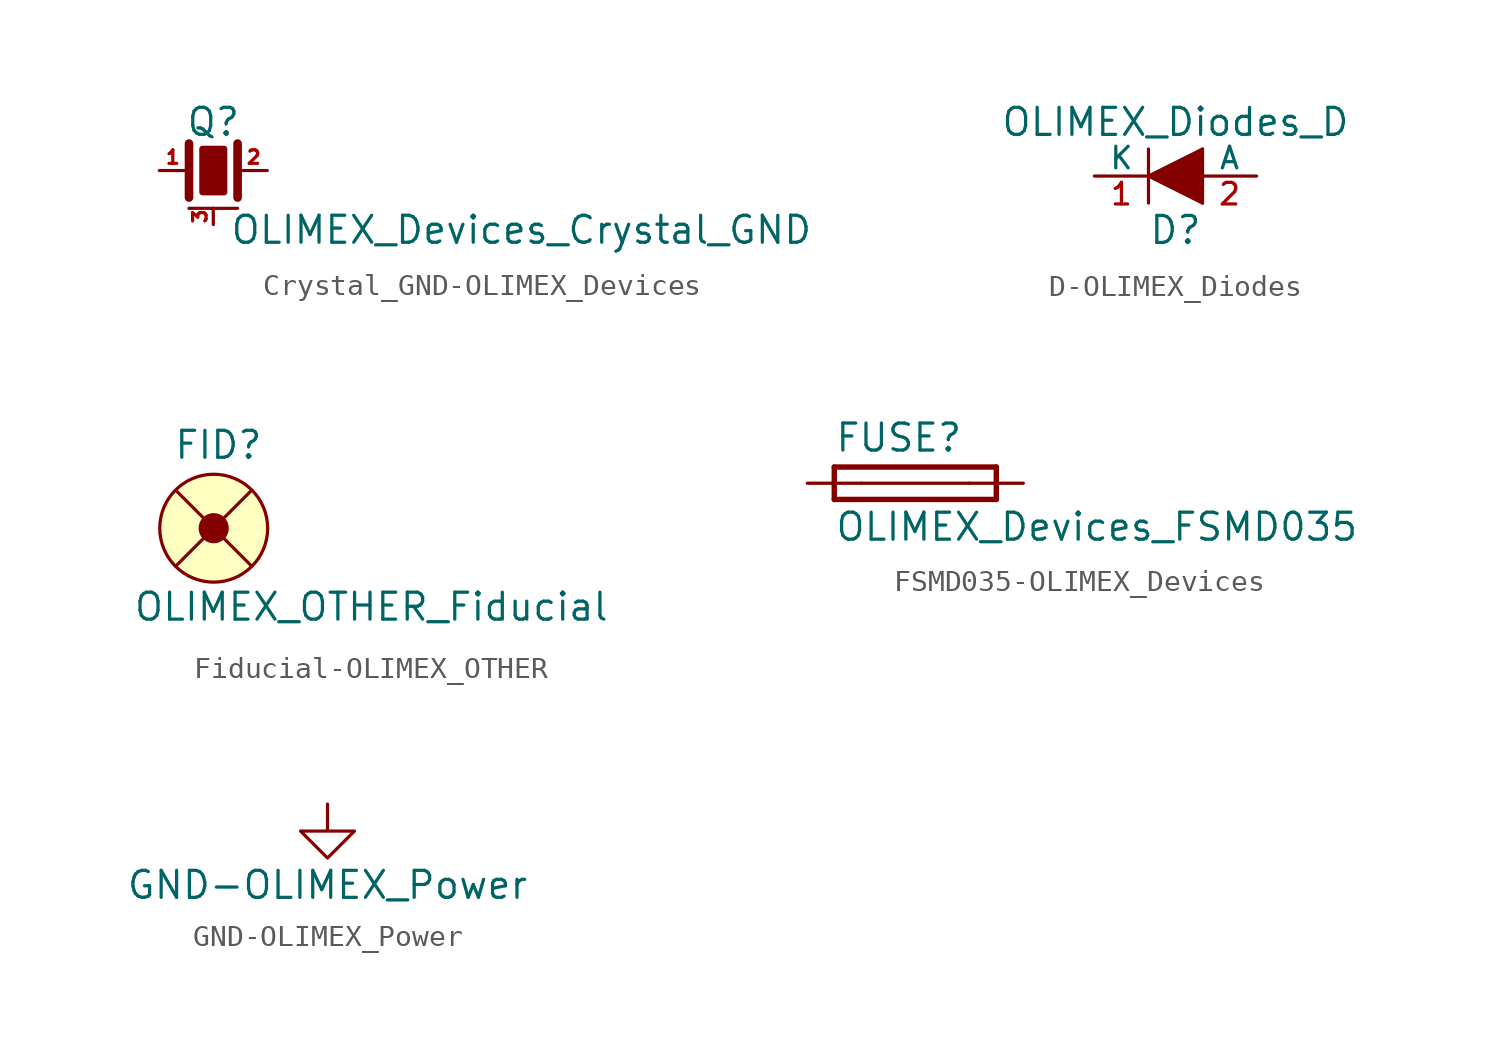
<source format=kicad_sym>
(kicad_symbol_lib
  (version 20220914)
  (generator kicad_symbol_editor)
  (symbol "Crystal_GND-OLIMEX_Devices"
    (pin_names
      (offset 1.016) hide)
    (property "Reference" "Q"
      (at 0 2.286 0)
      (effects (font (size 1.27 1.27))))
    (property "Value" "OLIMEX_Devices_Crystal_GND"
      (at 0.762 -2.794 0)
      (effects (font (size 1.27 1.27)) (justify left)))
    (property "Footprint" ""
      (at 0 0 0)
      (effects (font (size 1.524 1.524))))
    (property "Datasheet" ""
      (at 0 0 0)
      (effects (font (size 1.524 1.524))))
    (symbol "Crystal_GND-OLIMEX_Devices_0_1"
      (polyline (pts (xy -1.143 -1.778) (xy 1.143 -1.778)) (stroke (width 0) (type solid)) (fill (type none)))
      (polyline (pts (xy -1.143 1.27) (xy -1.143 -1.27)) (stroke (width 0.406) (type solid)) (fill (type none)))
      (polyline (pts (xy 1.143 1.27) (xy 1.143 -1.27)) (stroke (width 0.406) (type solid)) (fill (type none)))
      (polyline (pts (xy -0.508 1.016) (xy 0.508 1.016) (xy 0.508 -1.016) (xy -0.508 -1.016) (xy -0.508 1.016)) (stroke (width 0.305) (type solid)) (fill (type outline))))
    (symbol "Crystal_GND-OLIMEX_Devices_1_1"
      (pin passive line (at -2.54 0 0) (length 1.27) (name "1" (effects (font (size 0.508 0.508)))) (number "1" (effects (font (size 0.635 0.635)))))
      (pin passive line (at 2.54 0 180) (length 1.27) (name "2" (effects (font (size 0.508 0.508)))) (number "2" (effects (font (size 0.635 0.635)))))
      (pin passive line (at 0 -2.54 90) (length 0.762) (name "case" (effects (font (size 0.508 0.508)))) (number "3" (effects (font (size 0.635 0.635)))))))
  (symbol "D-OLIMEX_Diodes"
    (pin_names
      (offset 0))
    (property "Reference" "D"
      (at 0 -2.54 0)
      (effects (font (size 1.27 1.27))))
    (property "Value" "OLIMEX_Diodes_D"
      (at 0 2.54 0)
      (effects (font (size 1.27 1.27))))
    (property "Footprint" ""
      (at 0 0 0)
      (effects (font (size 1.524 1.524))))
    (property "Datasheet" ""
      (at 0 0 0)
      (effects (font (size 1.524 1.524))))
    (symbol "D-OLIMEX_Diodes_0_1"
      (polyline (pts (xy -1.27 -1.27) (xy -1.27 1.27)) (stroke (width 0.152) (type solid)) (fill (type none)))
      (polyline (pts (xy 1.27 -1.27) (xy -1.27 0) (xy 1.27 1.27)) (stroke (width 0) (type solid)) (fill (type outline)))
      (rectangle (start 1.27 1.27) (end 1.27 -1.27) (stroke (width 0) (type solid)) (fill (type none))))
    (symbol "D-OLIMEX_Diodes_1_1"
      (pin passive line (at -3.81 0 0) (length 2.54) (name "K" (effects (font (size 1.016 1.016)))) (number "1" (effects (font (size 1.016 1.016)))))
      (pin passive line (at 3.81 0 180) (length 2.54) (name "A" (effects (font (size 1.016 1.016)))) (number "2" (effects (font (size 1.016 1.016)))))))
  (symbol "Fiducial-OLIMEX_OTHER"
    (pin_numbers hide)
    (pin_names
      (offset 0) hide)
    (property "Reference" "FID"
      (at -1.905 3.175 0)
      (effects (font (size 1.27 1.27)) (justify left bottom)))
    (property "Value" "OLIMEX_OTHER_Fiducial"
      (at -3.81 -4.445 0)
      (effects (font (size 1.27 1.27)) (justify left bottom)))
    (property "Datasheet" ""
      (at -1.27 0 90)
      (effects (font (size 1.524 1.524))))
    (symbol "Fiducial-OLIMEX_OTHER_0_1"
      (polyline (pts (xy -1.778 -1.778) (xy 1.778 1.778)) (stroke (width 0) (type solid)) (fill (type none)))
      (polyline (pts (xy 1.778 -1.778) (xy -1.778 1.778)) (stroke (width 0) (type solid)) (fill (type none)))
      (circle (center 0 0) (radius 0.635) (stroke (width 0) (type solid)) (fill (type outline)))
      (circle (center 0 0) (radius 2.54) (stroke (width 0) (type solid)) (fill (type background))))
    (symbol "Fiducial-OLIMEX_OTHER_1_1"
      (pin no_connect line (at 0 0 90) (length 0) (name "FID*" (effects (font (size 1.27 1.27)))) (number "Fid1" (effects (font (size 1.27 1.27)))))))
  (symbol "FSMD035-OLIMEX_Devices"
    (pin_numbers hide)
    (pin_names
      (offset 1.016) hide)
    (property "Reference" "FUSE"
      (at -3.81 1.397 0)
      (effects (font (size 1.27 1.27)) (justify left bottom)))
    (property "Value" "OLIMEX_Devices_FSMD035"
      (at -3.81 -2.794 0)
      (effects (font (size 1.27 1.27)) (justify left bottom)))
    (property "Datasheet" ""
      (at 0 0 0)
      (effects (font (size 1.524 1.524))))
    (property "ki_locked" ""
      (at 0 0 0)
      (effects (font (size 1.27 1.27))))
    (symbol "FSMD035-OLIMEX_Devices_1_0"
      (polyline (pts (xy -3.81 -0.762) (xy 3.81 -0.762)) (stroke (width 0.254) (type solid)) (fill (type none)))
      (polyline (pts (xy -3.81 0.762) (xy -3.81 -0.762)) (stroke (width 0.254) (type solid)) (fill (type none)))
      (polyline (pts (xy -2.54 0) (xy 2.54 0)) (stroke (width 0) (type solid)) (fill (type none)))
      (polyline (pts (xy 3.81 -0.762) (xy 3.81 0.762)) (stroke (width 0.254) (type solid)) (fill (type none)))
      (polyline (pts (xy 3.81 0.762) (xy -3.81 0.762)) (stroke (width 0.254) (type solid)) (fill (type none))))
    (symbol "FSMD035-OLIMEX_Devices_1_1"
      (pin passive line (at -5.08 0 0) (length 2.54) (name "1" (effects (font (size 1.016 1.016)))) (number "1" (effects (font (size 1.016 1.016)))))
      (pin passive line (at 5.08 0 180) (length 2.54) (name "2" (effects (font (size 1.016 1.016)))) (number "2" (effects (font (size 1.016 1.016)))))))
  (symbol "GND-OLIMEX_Power"
    (power)
    (pin_names
      (offset 0))
    (property "Reference" "#PWR"
      (at 0 -6.35 0)
      (effects (font (size 1.27 1.27)) hide))
    (property "Value" "GND-OLIMEX_Power"
      (at 0 -3.81 0)
      (effects (font (size 1.27 1.27))))
    (property "Footprint" ""
      (at 0 0 0)
      (effects (font (size 1.524 1.524))))
    (property "Datasheet" ""
      (at 0 0 0)
      (effects (font (size 1.524 1.524))))
    (symbol "GND-OLIMEX_Power_0_1"
      (polyline (pts (xy 0 0) (xy 0 -1.27) (xy 1.27 -1.27) (xy 0 -2.54) (xy -1.27 -1.27) (xy 0 -1.27)) (stroke (width 0) (type solid)) (fill (type none))))
    (symbol "GND-OLIMEX_Power_1_1"
      (pin power_in line (at 0 0 270) (length 0) hide (name "GND" (effects (font (size 1.27 1.27)))) (number "1" (effects (font (size 1.27 1.27))))))))
</source>
